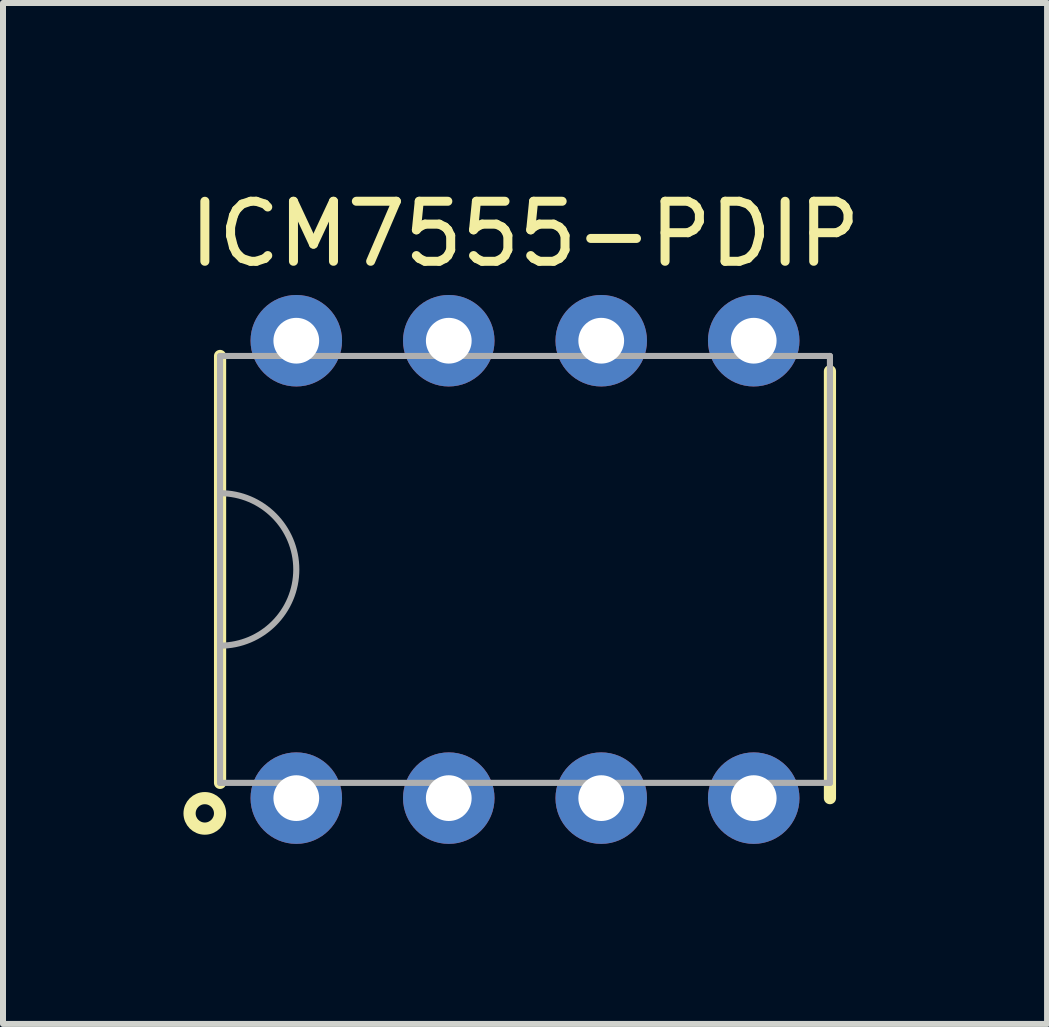
<source format=kicad_pcb>
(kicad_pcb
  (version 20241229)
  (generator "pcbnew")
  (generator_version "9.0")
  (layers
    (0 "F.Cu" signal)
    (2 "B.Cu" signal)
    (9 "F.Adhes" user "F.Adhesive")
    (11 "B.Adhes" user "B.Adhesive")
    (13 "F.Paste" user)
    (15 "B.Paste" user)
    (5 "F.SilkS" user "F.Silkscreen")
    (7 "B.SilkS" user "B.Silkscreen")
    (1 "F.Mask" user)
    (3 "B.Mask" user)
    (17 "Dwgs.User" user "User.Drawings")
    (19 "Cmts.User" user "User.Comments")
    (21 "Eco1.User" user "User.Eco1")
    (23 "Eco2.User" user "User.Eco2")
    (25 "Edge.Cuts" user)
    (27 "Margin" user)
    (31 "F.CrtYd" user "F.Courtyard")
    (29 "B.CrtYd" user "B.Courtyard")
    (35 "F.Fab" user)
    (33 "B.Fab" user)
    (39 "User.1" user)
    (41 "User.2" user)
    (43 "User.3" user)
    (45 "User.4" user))
  (footprint "ICM7555-PDIP"
    (layer "F.Cu")
    (at 5.696 6.436)
    (property "Reference" "ICM7555-PDIP" (at 0 -5.588 0) (layer "F.SilkS") (effects (font (size 1 1) (thickness 0.15))))
    (attr through_hole)
    (fp_line (start -5.08 -3.556) (end -5.08 3.556) (stroke (width 0.203) (type solid)) (layer "F.SilkS"))
    (fp_line (start 5.08 -3.302) (end 5.08 3.81) (stroke (width 0.203) (type solid)) (layer "F.SilkS"))
    (fp_circle (center -5.334 4.064) (end -5.08 4.064) (stroke (width 0.203) (type solid)) (fill no) (layer "F.SilkS"))
    (fp_line (start -5.08 -3.556) (end 5.08 -3.556) (stroke (width 0.102) (type solid)) (layer "F.Fab"))
    (fp_line (start -5.08 3.556) (end -5.08 -3.556) (stroke (width 0.102) (type solid)) (layer "F.Fab"))
    (fp_line (start -5.08 3.556) (end 5.08 3.556) (stroke (width 0.102) (type solid)) (layer "F.Fab"))
    (fp_line (start 5.08 3.556) (end 5.08 -3.556) (stroke (width 0.102) (type solid)) (layer "F.Fab"))
    (fp_arc (start -5.08 -1.27) (mid -3.81 0) (end -5.08 1.27) (stroke (width 0.1016) (type solid)) (layer "F.Fab"))
    (pad "1" thru_hole circle (at -3.81 3.81) (size 1.524 1.524) (drill 0.762) (layers "*.Cu" "*.Mask"))
    (pad "2" thru_hole circle (at -1.27 3.81) (size 1.524 1.524) (drill 0.762) (layers "*.Cu" "*.Mask"))
    (pad "3" thru_hole circle (at 1.27 3.81) (size 1.524 1.524) (drill 0.762) (layers "*.Cu" "*.Mask"))
    (pad "4" thru_hole circle (at 3.81 3.81) (size 1.524 1.524) (drill 0.762) (layers "*.Cu" "*.Mask"))
    (pad "5" thru_hole circle (at 3.81 -3.81) (size 1.524 1.524) (drill 0.762) (layers "*.Cu" "*.Mask"))
    (pad "6" thru_hole circle (at 1.27 -3.81) (size 1.524 1.524) (drill 0.762) (layers "*.Cu" "*.Mask"))
    (pad "7" thru_hole circle (at -1.27 -3.81) (size 1.524 1.524) (drill 0.762) (layers "*.Cu" "*.Mask"))
    (pad "8" thru_hole circle (at -3.81 -3.81) (size 1.524 1.524) (drill 0.762) (layers "*.Cu" "*.Mask")))
  (gr_rect
    (start -3 -3)
    (end 14.393 14.008)
    (stroke (width 0.1) (type default))
    (fill no)
    (layer "Edge.Cuts")))
</source>
